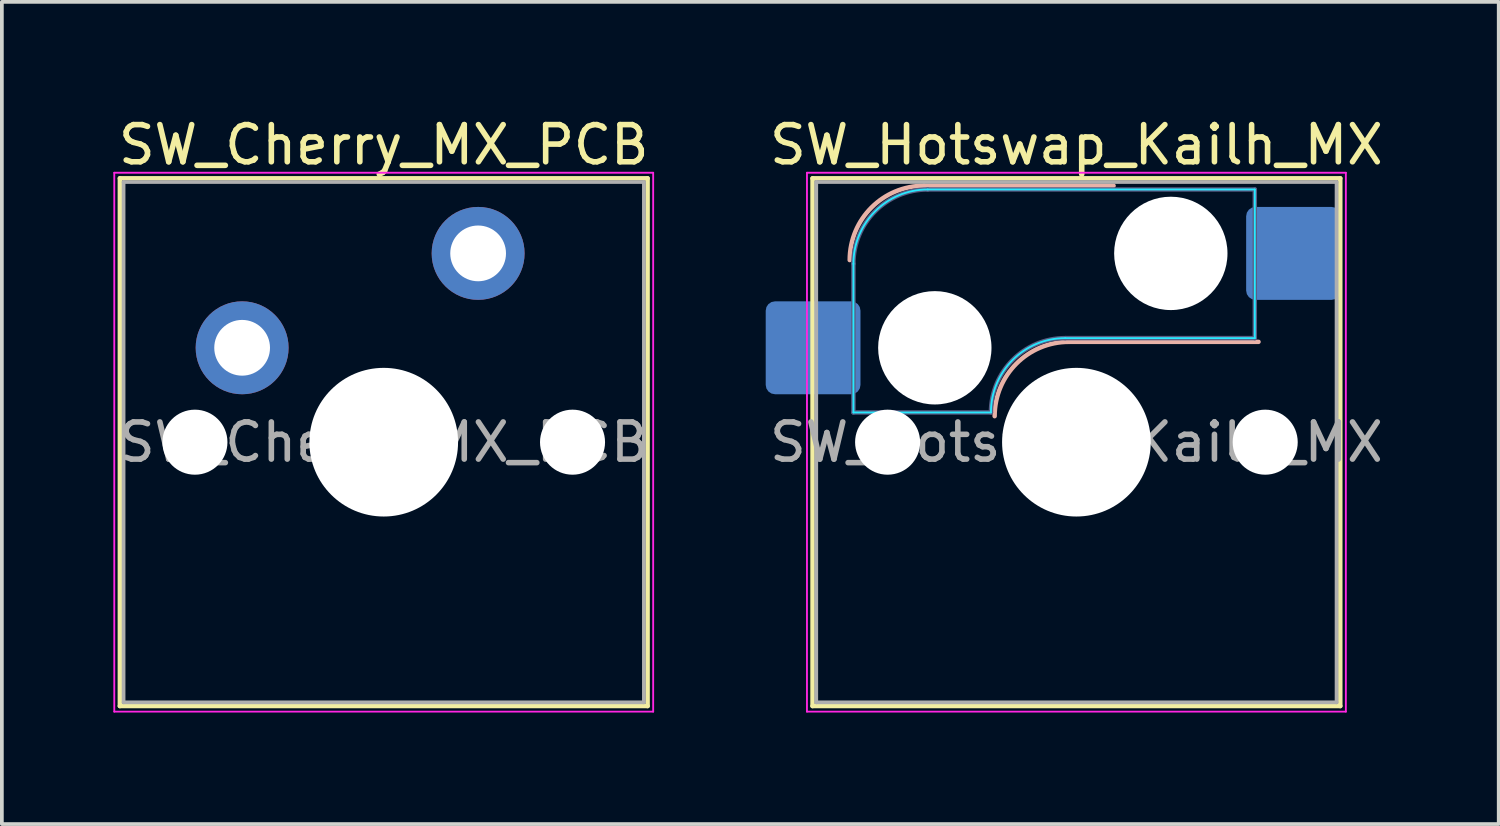
<source format=kicad_pcb>
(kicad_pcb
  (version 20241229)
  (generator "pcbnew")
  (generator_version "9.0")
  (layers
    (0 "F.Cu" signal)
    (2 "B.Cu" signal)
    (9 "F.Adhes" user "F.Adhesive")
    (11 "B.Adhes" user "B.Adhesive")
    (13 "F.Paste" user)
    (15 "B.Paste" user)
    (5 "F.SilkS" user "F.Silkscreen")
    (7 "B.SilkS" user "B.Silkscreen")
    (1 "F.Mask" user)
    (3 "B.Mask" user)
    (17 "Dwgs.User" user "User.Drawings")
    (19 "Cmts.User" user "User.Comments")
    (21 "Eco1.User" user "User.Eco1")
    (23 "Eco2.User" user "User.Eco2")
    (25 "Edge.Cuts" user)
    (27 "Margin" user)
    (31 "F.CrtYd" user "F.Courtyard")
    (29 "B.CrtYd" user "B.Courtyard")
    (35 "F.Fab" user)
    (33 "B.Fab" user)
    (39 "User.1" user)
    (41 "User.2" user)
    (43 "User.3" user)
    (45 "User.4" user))
  (footprint "SW_Hotswap_Kailh_MX"
    (layer "F.Cu")
    (at 25.913 8.848)
    (property "Reference" "SW_Hotswap_Kailh_MX" (at 0 -8 0) (layer "F.SilkS") (effects (font (size 1 1) (thickness 0.15))))
    (attr smd)
    (fp_line (start -7.1 -7.1) (end -7.1 7.1) (stroke (width 0.12) (type solid)) (layer "F.SilkS"))
    (fp_line (start -7.1 7.1) (end 7.1 7.1) (stroke (width 0.12) (type solid)) (layer "F.SilkS"))
    (fp_line (start 7.1 -7.1) (end -7.1 -7.1) (stroke (width 0.12) (type solid)) (layer "F.SilkS"))
    (fp_line (start 7.1 7.1) (end 7.1 -7.1) (stroke (width 0.12) (type solid)) (layer "F.SilkS"))
    (fp_line (start -4.1 -6.9) (end 1 -6.9) (stroke (width 0.12) (type solid)) (layer "B.SilkS"))
    (fp_line (start -0.2 -2.7) (end 4.9 -2.7) (stroke (width 0.12) (type solid)) (layer "B.SilkS"))
    (fp_arc (start -6.1 -4.9) (mid -5.514214 -6.314214) (end -4.1 -6.9) (stroke (width 0.12) (type solid)) (layer "B.SilkS"))
    (fp_arc (start -2.2 -0.7) (mid -1.614214 -2.114214) (end -0.2 -2.7) (stroke (width 0.12) (type solid)) (layer "B.SilkS"))
    (fp_line (start -7.8 -6) (end -7 -6) (stroke (width 0.1) (type solid)) (layer "Eco1.User"))
    (fp_line (start -7.8 -2.9) (end -7.8 -6) (stroke (width 0.1) (type solid)) (layer "Eco1.User"))
    (fp_line (start -7.8 2.9) (end -7 2.9) (stroke (width 0.1) (type solid)) (layer "Eco1.User"))
    (fp_line (start -7.8 6) (end -7.8 2.9) (stroke (width 0.1) (type solid)) (layer "Eco1.User"))
    (fp_line (start -7 -7) (end 7 -7) (stroke (width 0.1) (type solid)) (layer "Eco1.User"))
    (fp_line (start -7 -6) (end -7 -7) (stroke (width 0.1) (type solid)) (layer "Eco1.User"))
    (fp_line (start -7 -2.9) (end -7.8 -2.9) (stroke (width 0.1) (type solid)) (layer "Eco1.User"))
    (fp_line (start -7 2.9) (end -7 -2.9) (stroke (width 0.1) (type solid)) (layer "Eco1.User"))
    (fp_line (start -7 6) (end -7.8 6) (stroke (width 0.1) (type solid)) (layer "Eco1.User"))
    (fp_line (start -7 7) (end -7 6) (stroke (width 0.1) (type solid)) (layer "Eco1.User"))
    (fp_line (start 7 -7) (end 7 -6) (stroke (width 0.1) (type solid)) (layer "Eco1.User"))
    (fp_line (start 7 -6) (end 7.8 -6) (stroke (width 0.1) (type solid)) (layer "Eco1.User"))
    (fp_line (start 7 -2.9) (end 7 2.9) (stroke (width 0.1) (type solid)) (layer "Eco1.User"))
    (fp_line (start 7 2.9) (end 7.8 2.9) (stroke (width 0.1) (type solid)) (layer "Eco1.User"))
    (fp_line (start 7 6) (end 7 7) (stroke (width 0.1) (type solid)) (layer "Eco1.User"))
    (fp_line (start 7 7) (end -7 7) (stroke (width 0.1) (type solid)) (layer "Eco1.User"))
    (fp_line (start 7.8 -6) (end 7.8 -2.9) (stroke (width 0.1) (type solid)) (layer "Eco1.User"))
    (fp_line (start 7.8 -2.9) (end 7 -2.9) (stroke (width 0.1) (type solid)) (layer "Eco1.User"))
    (fp_line (start 7.8 2.9) (end 7.8 6) (stroke (width 0.1) (type solid)) (layer "Eco1.User"))
    (fp_line (start 7.8 6) (end 7 6) (stroke (width 0.1) (type solid)) (layer "Eco1.User"))
    (fp_line (start -6 -0.8) (end -6 -4.8) (stroke (width 0.05) (type solid)) (layer "B.CrtYd"))
    (fp_line (start -6 -0.8) (end -2.3 -0.8) (stroke (width 0.05) (type solid)) (layer "B.CrtYd"))
    (fp_line (start -4 -6.8) (end 4.8 -6.8) (stroke (width 0.05) (type solid)) (layer "B.CrtYd"))
    (fp_line (start -0.3 -2.8) (end 4.8 -2.8) (stroke (width 0.05) (type solid)) (layer "B.CrtYd"))
    (fp_line (start 4.8 -6.8) (end 4.8 -2.8) (stroke (width 0.05) (type solid)) (layer "B.CrtYd"))
    (fp_arc (start -6 -4.8) (mid -5.414214 -6.214214) (end -4 -6.8) (stroke (width 0.05) (type solid)) (layer "B.CrtYd"))
    (fp_arc (start -2.3 -0.8) (mid -1.714214 -2.214214) (end -0.3 -2.8) (stroke (width 0.05) (type solid)) (layer "B.CrtYd"))
    (fp_line (start -7.25 -7.25) (end -7.25 7.25) (stroke (width 0.05) (type solid)) (layer "F.CrtYd"))
    (fp_line (start -7.25 7.25) (end 7.25 7.25) (stroke (width 0.05) (type solid)) (layer "F.CrtYd"))
    (fp_line (start 7.25 -7.25) (end -7.25 -7.25) (stroke (width 0.05) (type solid)) (layer "F.CrtYd"))
    (fp_line (start 7.25 7.25) (end 7.25 -7.25) (stroke (width 0.05) (type solid)) (layer "F.CrtYd"))
    (fp_line (start -6 -0.8) (end -6 -4.8) (stroke (width 0.12) (type solid)) (layer "B.Fab"))
    (fp_line (start -6 -0.8) (end -2.3 -0.8) (stroke (width 0.12) (type solid)) (layer "B.Fab"))
    (fp_line (start -4 -6.8) (end 4.8 -6.8) (stroke (width 0.12) (type solid)) (layer "B.Fab"))
    (fp_line (start -0.3 -2.8) (end 4.8 -2.8) (stroke (width 0.12) (type solid)) (layer "B.Fab"))
    (fp_line (start 4.8 -6.8) (end 4.8 -2.8) (stroke (width 0.12) (type solid)) (layer "B.Fab"))
    (fp_arc (start -6 -4.8) (mid -5.414214 -6.214214) (end -4 -6.8) (stroke (width 0.12) (type solid)) (layer "B.Fab"))
    (fp_arc (start -2.3 -0.8) (mid -1.714214 -2.214214) (end -0.3 -2.8) (stroke (width 0.12) (type solid)) (layer "B.Fab"))
    (fp_line (start -7 -7) (end -7 7) (stroke (width 0.1) (type solid)) (layer "F.Fab"))
    (fp_line (start -7 7) (end 7 7) (stroke (width 0.1) (type solid)) (layer "F.Fab"))
    (fp_line (start 7 -7) (end -7 -7) (stroke (width 0.1) (type solid)) (layer "F.Fab"))
    (fp_line (start 7 7) (end 7 -7) (stroke (width 0.1) (type solid)) (layer "F.Fab"))
    (fp_text user "${REFERENCE}" (at 0 0 0) (layer "F.Fab") (effects (font (size 1 1) (thickness 0.15))))
    (pad "" np_thru_hole circle (at -5.08 0) (size 1.75 1.75) (drill 1.75) (layers "*.Cu" "*.Mask"))
    (pad "" np_thru_hole circle (at -3.81 -2.54) (size 3.05 3.05) (drill 3.05) (layers "*.Cu" "*.Mask"))
    (pad "" np_thru_hole circle (at 0 0) (size 4 4) (drill 4) (layers "*.Cu" "*.Mask"))
    (pad "" np_thru_hole circle (at 2.54 -5.08) (size 3.05 3.05) (drill 3.05) (layers "*.Cu" "*.Mask"))
    (pad "" np_thru_hole circle (at 5.08 0) (size 1.75 1.75) (drill 1.75) (layers "*.Cu" "*.Mask"))
    (pad "1" smd roundrect (at -7.085 -2.54) (size 2.55 2.5) (layers "B.Cu" "B.Mask" "B.Paste") (roundrect_rratio 0.1))
    (pad "2" smd roundrect (at 5.842 -5.08) (size 2.55 2.5) (layers "B.Cu" "B.Mask" "B.Paste") (roundrect_rratio 0.1)))
  (footprint "SW_Cherry_MX_PCB"
    (layer "F.Cu")
    (at 7.275 8.848)
    (property "Reference" "SW_Cherry_MX_PCB" (at 0 -8 0) (layer "F.SilkS") (effects (font (size 1 1) (thickness 0.15))))
    (attr through_hole)
    (fp_line (start -7.1 -7.1) (end -7.1 7.1) (stroke (width 0.12) (type solid)) (layer "F.SilkS"))
    (fp_line (start -7.1 7.1) (end 7.1 7.1) (stroke (width 0.12) (type solid)) (layer "F.SilkS"))
    (fp_line (start 7.1 -7.1) (end -7.1 -7.1) (stroke (width 0.12) (type solid)) (layer "F.SilkS"))
    (fp_line (start 7.1 7.1) (end 7.1 -7.1) (stroke (width 0.12) (type solid)) (layer "F.SilkS"))
    (fp_line (start -7 -7) (end -7 7) (stroke (width 0.1) (type solid)) (layer "Eco1.User"))
    (fp_line (start -7 7) (end 7 7) (stroke (width 0.1) (type solid)) (layer "Eco1.User"))
    (fp_line (start 7 -7) (end -7 -7) (stroke (width 0.1) (type solid)) (layer "Eco1.User"))
    (fp_line (start 7 7) (end 7 -7) (stroke (width 0.1) (type solid)) (layer "Eco1.User"))
    (fp_line (start -7.25 -7.25) (end -7.25 7.25) (stroke (width 0.05) (type solid)) (layer "F.CrtYd"))
    (fp_line (start -7.25 7.25) (end 7.25 7.25) (stroke (width 0.05) (type solid)) (layer "F.CrtYd"))
    (fp_line (start 7.25 -7.25) (end -7.25 -7.25) (stroke (width 0.05) (type solid)) (layer "F.CrtYd"))
    (fp_line (start 7.25 7.25) (end 7.25 -7.25) (stroke (width 0.05) (type solid)) (layer "F.CrtYd"))
    (fp_line (start -7 -7) (end -7 7) (stroke (width 0.1) (type solid)) (layer "F.Fab"))
    (fp_line (start -7 7) (end 7 7) (stroke (width 0.1) (type solid)) (layer "F.Fab"))
    (fp_line (start 7 -7) (end -7 -7) (stroke (width 0.1) (type solid)) (layer "F.Fab"))
    (fp_line (start 7 7) (end 7 -7) (stroke (width 0.1) (type solid)) (layer "F.Fab"))
    (fp_text user "${REFERENCE}" (at 0 0 0) (layer "F.Fab") (effects (font (size 1 1) (thickness 0.15))))
    (pad "" np_thru_hole circle (at -5.08 0) (size 1.75 1.75) (drill 1.75) (layers "*.Cu" "*.Mask"))
    (pad "" np_thru_hole circle (at 0 0) (size 4 4) (drill 4) (layers "*.Cu" "*.Mask"))
    (pad "" np_thru_hole circle (at 5.08 0) (size 1.75 1.75) (drill 1.75) (layers "*.Cu" "*.Mask"))
    (pad "1" thru_hole circle (at -3.81 -2.54) (size 2.5 2.5) (drill 1.5) (layers "*.Cu" "*.Mask"))
    (pad "2" thru_hole circle (at 2.54 -5.08) (size 2.5 2.5) (drill 1.5) (layers "*.Cu" "*.Mask")))
  (gr_rect
    (start -3 -3)
    (end 37.276 19.123)
    (stroke (width 0.1) (type default))
    (fill no)
    (layer "Edge.Cuts")))
</source>
